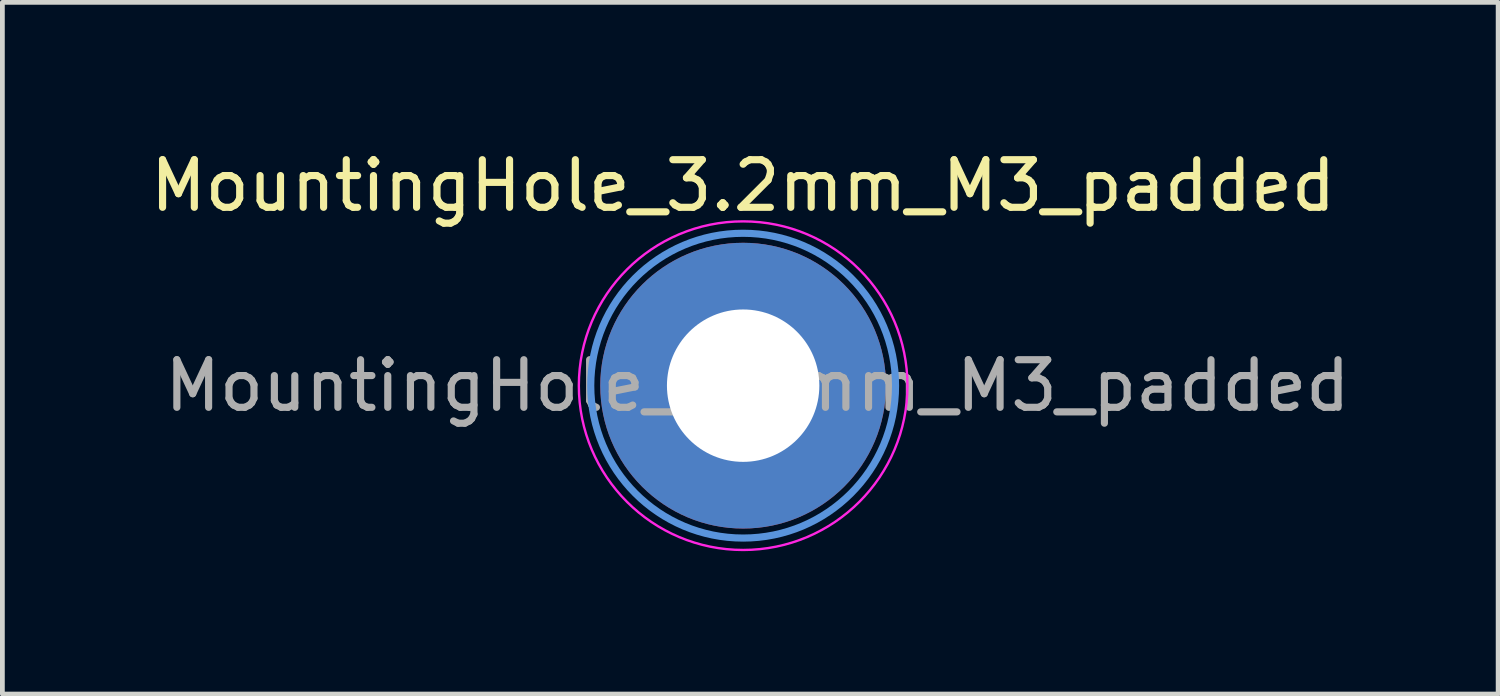
<source format=kicad_pcb>
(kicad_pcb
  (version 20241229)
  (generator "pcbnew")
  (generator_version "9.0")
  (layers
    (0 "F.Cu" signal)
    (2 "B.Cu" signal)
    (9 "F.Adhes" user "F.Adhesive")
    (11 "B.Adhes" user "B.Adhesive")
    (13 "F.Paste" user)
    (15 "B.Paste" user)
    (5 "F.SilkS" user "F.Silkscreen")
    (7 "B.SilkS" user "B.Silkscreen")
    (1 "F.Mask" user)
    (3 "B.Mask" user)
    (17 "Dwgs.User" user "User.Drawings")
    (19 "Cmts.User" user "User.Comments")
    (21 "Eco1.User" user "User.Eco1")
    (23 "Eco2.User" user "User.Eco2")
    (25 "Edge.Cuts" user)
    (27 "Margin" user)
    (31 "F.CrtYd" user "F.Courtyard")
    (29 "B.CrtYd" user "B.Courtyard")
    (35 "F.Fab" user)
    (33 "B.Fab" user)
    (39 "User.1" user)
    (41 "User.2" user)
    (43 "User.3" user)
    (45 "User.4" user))
  (footprint "MountingHole_3.2mm_M3_padded"
    (layer "F.Cu")
    (at 12.554 5.048)
    (property "Reference" "MountingHole_3.2mm_M3_padded" (at 0 -4.2 0) (layer "F.SilkS") (effects (font (size 1 1) (thickness 0.15))))
    (attr exclude_from_pos_files exclude_from_bom)
    (fp_circle (center 0 0) (end 3.2 0) (stroke (width 0.15) (type solid)) (fill no) (layer "Cmts.User"))
    (fp_circle (center 0 0) (end 3.45 0) (stroke (width 0.05) (type solid)) (fill no) (layer "F.CrtYd"))
    (fp_text user "${REFERENCE}" (at 0.3 0 0) (layer "F.Fab") (effects (font (size 1 1) (thickness 0.15))))
    (pad "" np_thru_hole circle (at 0 0) (size 6 6) (drill 3.2) (layers "*.Cu" "*.Mask")))
  (gr_rect
    (start -3 -3)
    (end 28.407 11.523)
    (stroke (width 0.1) (type default))
    (fill no)
    (layer "Edge.Cuts")))
</source>
